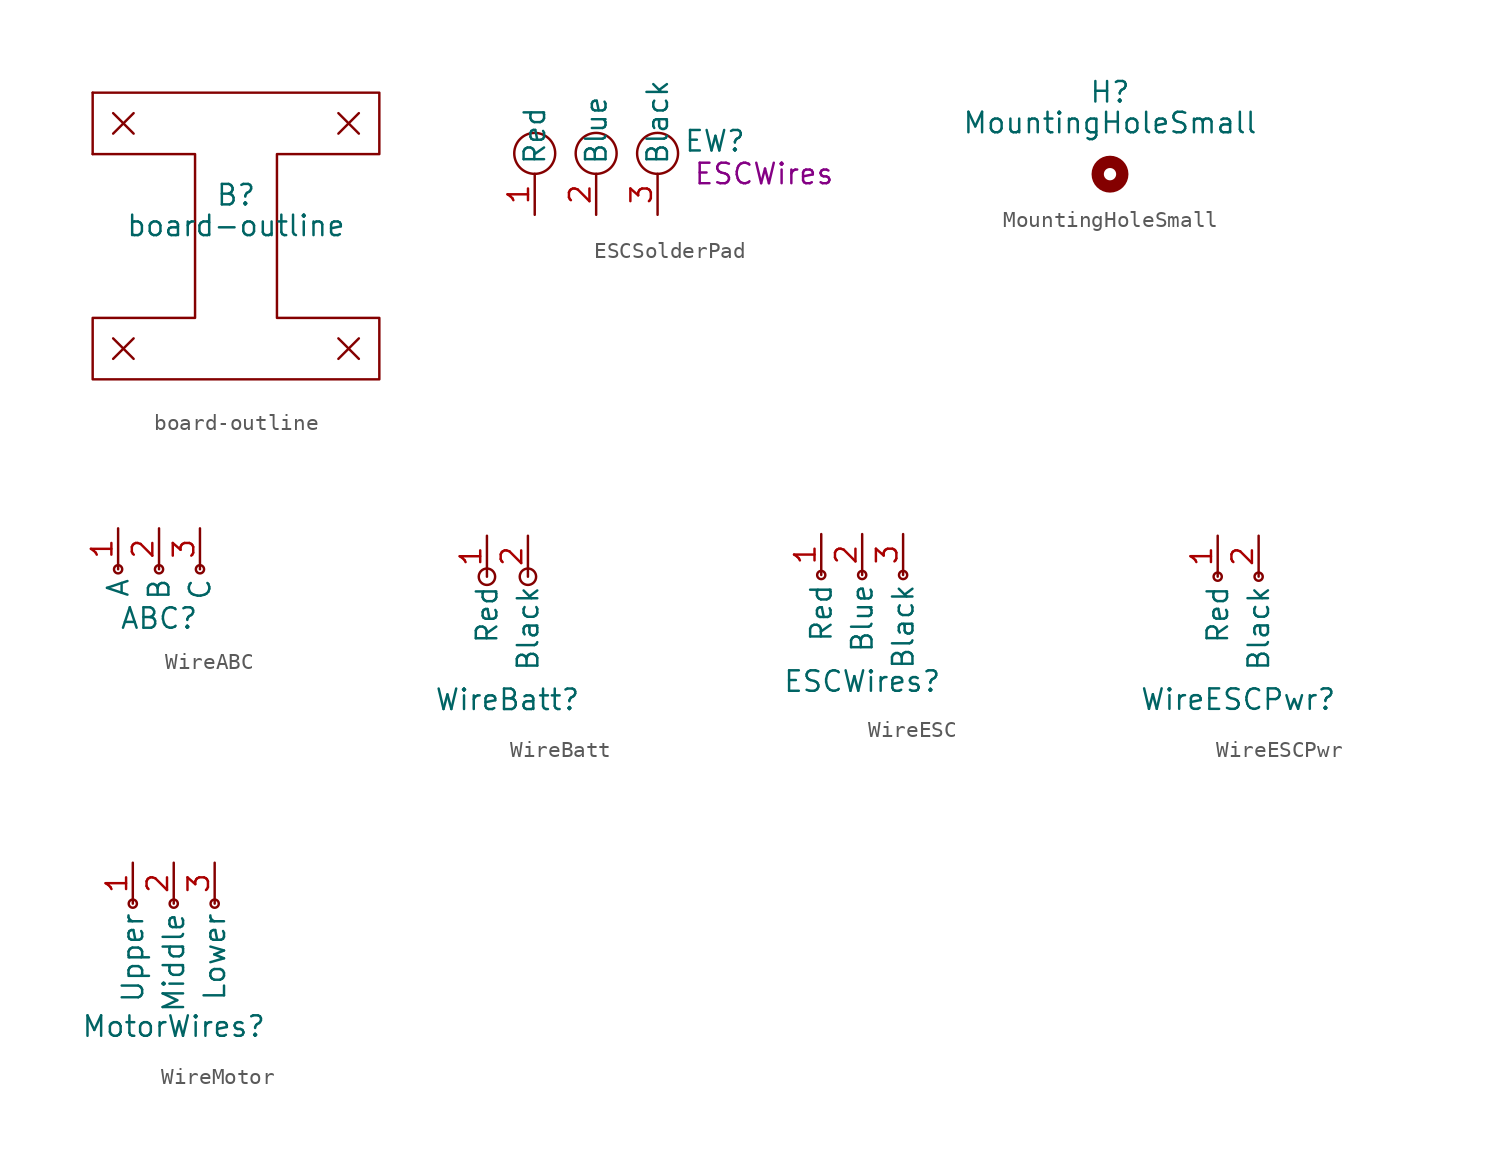
<source format=kicad_sym>
(kicad_symbol_lib
  (version 20231120)
  (generator "kicad_symbol_editor")
  (generator_version "8.0")
  (symbol "board-outline"
    (pin_names
      (offset 1.016))
    (property "Reference" "B"
      (at 0 5.08 0)
      (effects (font (size 1.27 1.27))))
    (property "Value" "board-outline"
      (at 0 3.175 0)
      (effects (font (size 1.27 1.27))))
    (symbol "board-outline_0_1"
      (polyline (pts (xy -8.89 11.43) (xy -8.89 7.62)) (stroke (width 0) (type default)) (fill (type none)))
      (polyline (pts (xy -7.62 -3.81) (xy -6.35 -5.08)) (stroke (width 0) (type default)) (fill (type none)))
      (polyline (pts (xy -7.62 10.16) (xy -6.35 8.89)) (stroke (width 0) (type default)) (fill (type none)))
      (polyline (pts (xy -6.35 -3.81) (xy -7.62 -5.08)) (stroke (width 0) (type default)) (fill (type none)))
      (polyline (pts (xy -6.35 10.16) (xy -7.62 8.89)) (stroke (width 0) (type default)) (fill (type none)))
      (polyline (pts (xy 6.35 -3.81) (xy 7.62 -5.08)) (stroke (width 0) (type default)) (fill (type none)))
      (polyline (pts (xy 6.35 10.16) (xy 7.62 8.89)) (stroke (width 0) (type default)) (fill (type none)))
      (polyline (pts (xy 7.62 -3.81) (xy 6.35 -5.08)) (stroke (width 0) (type default)) (fill (type none)))
      (polyline (pts (xy 7.62 10.16) (xy 6.35 8.89)) (stroke (width 0) (type default)) (fill (type none)))
      (polyline (pts (xy -8.89 11.43) (xy 8.89 11.43) (xy 8.89 7.62) (xy 2.54 7.62) (xy 2.54 -2.54) (xy 8.89 -2.54) (xy 8.89 -6.35) (xy -8.89 -6.35) (xy -8.89 -2.54) (xy -2.54 -2.54) (xy -2.54 7.62) (xy -8.89 7.62)) (stroke (width 0) (type default)) (fill (type none)))))
  (symbol "ESCSolderPad"
    (property "Reference" "EW"
      (at 7.366 0.762 0)
      (do_not_autoplace)
      (effects (font (size 1.27 1.27))))
    (property "Description" "ESCWires"
      (at 10.414 -1.27 0)
      (do_not_autoplace)
      (effects (font (size 1.27 1.27))))
    (symbol "ESCSolderPad_0_1"
      (circle (center -3.81 0) (radius 1.27) (stroke (width 0) (type default)) (fill (type none)))
      (circle (center 0 0) (radius 1.27) (stroke (width 0) (type default)) (fill (type none)))
      (circle (center 3.81 0) (radius 1.27) (stroke (width 0) (type default)) (fill (type none))))
    (symbol "ESCSolderPad_1_1"
      (pin bidirectional line (at -3.81 -3.81 90) (length 2.54) (name "Red" (effects (font (size 1.27 1.27)))) (number "1" (effects (font (size 1.27 1.27)))))
      (pin bidirectional line (at 0 -3.81 90) (length 2.54) (name "Blue" (effects (font (size 1.27 1.27)))) (number "2" (effects (font (size 1.27 1.27)))))
      (pin bidirectional line (at 3.81 -3.81 90) (length 2.54) (name "Black" (effects (font (size 1.27 1.27)))) (number "3" (effects (font (size 1.27 1.27)))))))
  (symbol "MountingHoleSmall"
    (pin_names
      (offset 1.016))
    (property "Reference" "H"
      (at 0 5.08 0)
      (effects (font (size 1.27 1.27))))
    (property "Value" "MountingHoleSmall"
      (at 0 3.175 0)
      (effects (font (size 1.27 1.27))))
    (symbol "MountingHoleSmall_1_1"
      (circle (center 0 0) (radius 0.762) (stroke (width 0.762) (type default)) (fill (type none)))))
  (symbol "WireABC"
    (property "Reference" "ABC"
      (at 0 -3.048 0)
      (do_not_autoplace)
      (effects (font (size 1.27 1.27))))
    (property "Description" ""
      (at 10.414 -1.27 0)
      (do_not_autoplace)
      (effects (font (size 1.27 1.27))))
    (symbol "WireABC_0_1"
      (circle (center -2.54 0) (radius 0.254) (stroke (width 0) (type default)) (fill (type none)))
      (circle (center 0 0) (radius 0.254) (stroke (width 0) (type default)) (fill (type none)))
      (circle (center 2.54 0) (radius 0.254) (stroke (width 0) (type default)) (fill (type none))))
    (symbol "WireABC_1_1"
      (pin unspecified line (at -2.54 2.54 270) (length 2.54) (name "A" (effects (font (size 1.27 1.27)))) (number "1" (effects (font (size 1.27 1.27)))))
      (pin unspecified line (at 0 2.54 270) (length 2.54) (name "B" (effects (font (size 1.27 1.27)))) (number "2" (effects (font (size 1.27 1.27)))))
      (pin unspecified line (at 2.54 2.54 270) (length 2.54) (name "C" (effects (font (size 1.27 1.27)))) (number "3" (effects (font (size 1.27 1.27)))))))
  (symbol "WireBatt"
    (property "Reference" "WireBatt"
      (at 0 -7.62 0)
      (do_not_autoplace)
      (effects (font (size 1.27 1.27))))
    (property "Description" ""
      (at 10.414 -1.27 0)
      (do_not_autoplace)
      (effects (font (size 1.27 1.27))))
    (symbol "WireBatt_0_1"
      (circle (center -1.27 0) (radius 0.508) (stroke (width 0) (type default)) (fill (type none)))
      (circle (center 1.27 0) (radius 0.508) (stroke (width 0) (type default)) (fill (type none))))
    (symbol "WireBatt_1_1"
      (pin unspecified line (at -1.27 2.54 270) (length 2.54) (name "Red" (effects (font (size 1.27 1.27)))) (number "1" (effects (font (size 1.27 1.27)))))
      (pin unspecified line (at 1.27 2.54 270) (length 2.54) (name "Black" (effects (font (size 1.27 1.27)))) (number "2" (effects (font (size 1.27 1.27)))))))
  (symbol "WireESC"
    (property "Reference" "ESCWires"
      (at 0 -6.604 0)
      (do_not_autoplace)
      (effects (font (size 1.27 1.27))))
    (property "Description" ""
      (at 10.414 -1.27 0)
      (do_not_autoplace)
      (effects (font (size 1.27 1.27))))
    (symbol "WireESC_0_1"
      (circle (center -2.54 0) (radius 0.254) (stroke (width 0) (type default)) (fill (type none)))
      (circle (center 0 0) (radius 0.254) (stroke (width 0) (type default)) (fill (type none)))
      (circle (center 2.54 0) (radius 0.254) (stroke (width 0) (type default)) (fill (type none))))
    (symbol "WireESC_1_1"
      (pin unspecified line (at -2.54 2.54 270) (length 2.54) (name "Red" (effects (font (size 1.27 1.27)))) (number "1" (effects (font (size 1.27 1.27)))))
      (pin unspecified line (at 0 2.54 270) (length 2.54) (name "Blue" (effects (font (size 1.27 1.27)))) (number "2" (effects (font (size 1.27 1.27)))))
      (pin unspecified line (at 2.54 2.54 270) (length 2.54) (name "Black" (effects (font (size 1.27 1.27)))) (number "3" (effects (font (size 1.27 1.27)))))))
  (symbol "WireESCPwr"
    (property "Reference" "WireESCPwr"
      (at 0 -7.62 0)
      (do_not_autoplace)
      (effects (font (size 1.27 1.27))))
    (property "Description" ""
      (at 10.414 -1.27 0)
      (do_not_autoplace)
      (effects (font (size 1.27 1.27))))
    (symbol "WireESCPwr_0_1"
      (circle (center -1.27 0) (radius 0.254) (stroke (width 0) (type default)) (fill (type none)))
      (circle (center 1.27 0) (radius 0.254) (stroke (width 0) (type default)) (fill (type none))))
    (symbol "WireESCPwr_1_1"
      (pin unspecified line (at -1.27 2.54 270) (length 2.54) (name "Red" (effects (font (size 1.27 1.27)))) (number "1" (effects (font (size 1.27 1.27)))))
      (pin unspecified line (at 1.27 2.54 270) (length 2.54) (name "Black" (effects (font (size 1.27 1.27)))) (number "2" (effects (font (size 1.27 1.27)))))))
  (symbol "WireMotor"
    (property "Reference" "MotorWires"
      (at 0 -7.62 0)
      (do_not_autoplace)
      (effects (font (size 1.27 1.27))))
    (property "Description" ""
      (at 10.414 -1.27 0)
      (do_not_autoplace)
      (effects (font (size 1.27 1.27))))
    (symbol "WireMotor_0_1"
      (circle (center -2.54 0) (radius 0.254) (stroke (width 0) (type default)) (fill (type none)))
      (circle (center 0 0) (radius 0.254) (stroke (width 0) (type default)) (fill (type none)))
      (circle (center 2.54 0) (radius 0.254) (stroke (width 0) (type default)) (fill (type none))))
    (symbol "WireMotor_1_1"
      (pin unspecified line (at -2.54 2.54 270) (length 2.54) (name "Upper" (effects (font (size 1.27 1.27)))) (number "1" (effects (font (size 1.27 1.27)))))
      (pin unspecified line (at 0 2.54 270) (length 2.54) (name "Middle" (effects (font (size 1.27 1.27)))) (number "2" (effects (font (size 1.27 1.27)))))
      (pin unspecified line (at 2.54 2.54 270) (length 2.54) (name "Lower" (effects (font (size 1.27 1.27)))) (number "3" (effects (font (size 1.27 1.27))))))))
</source>
